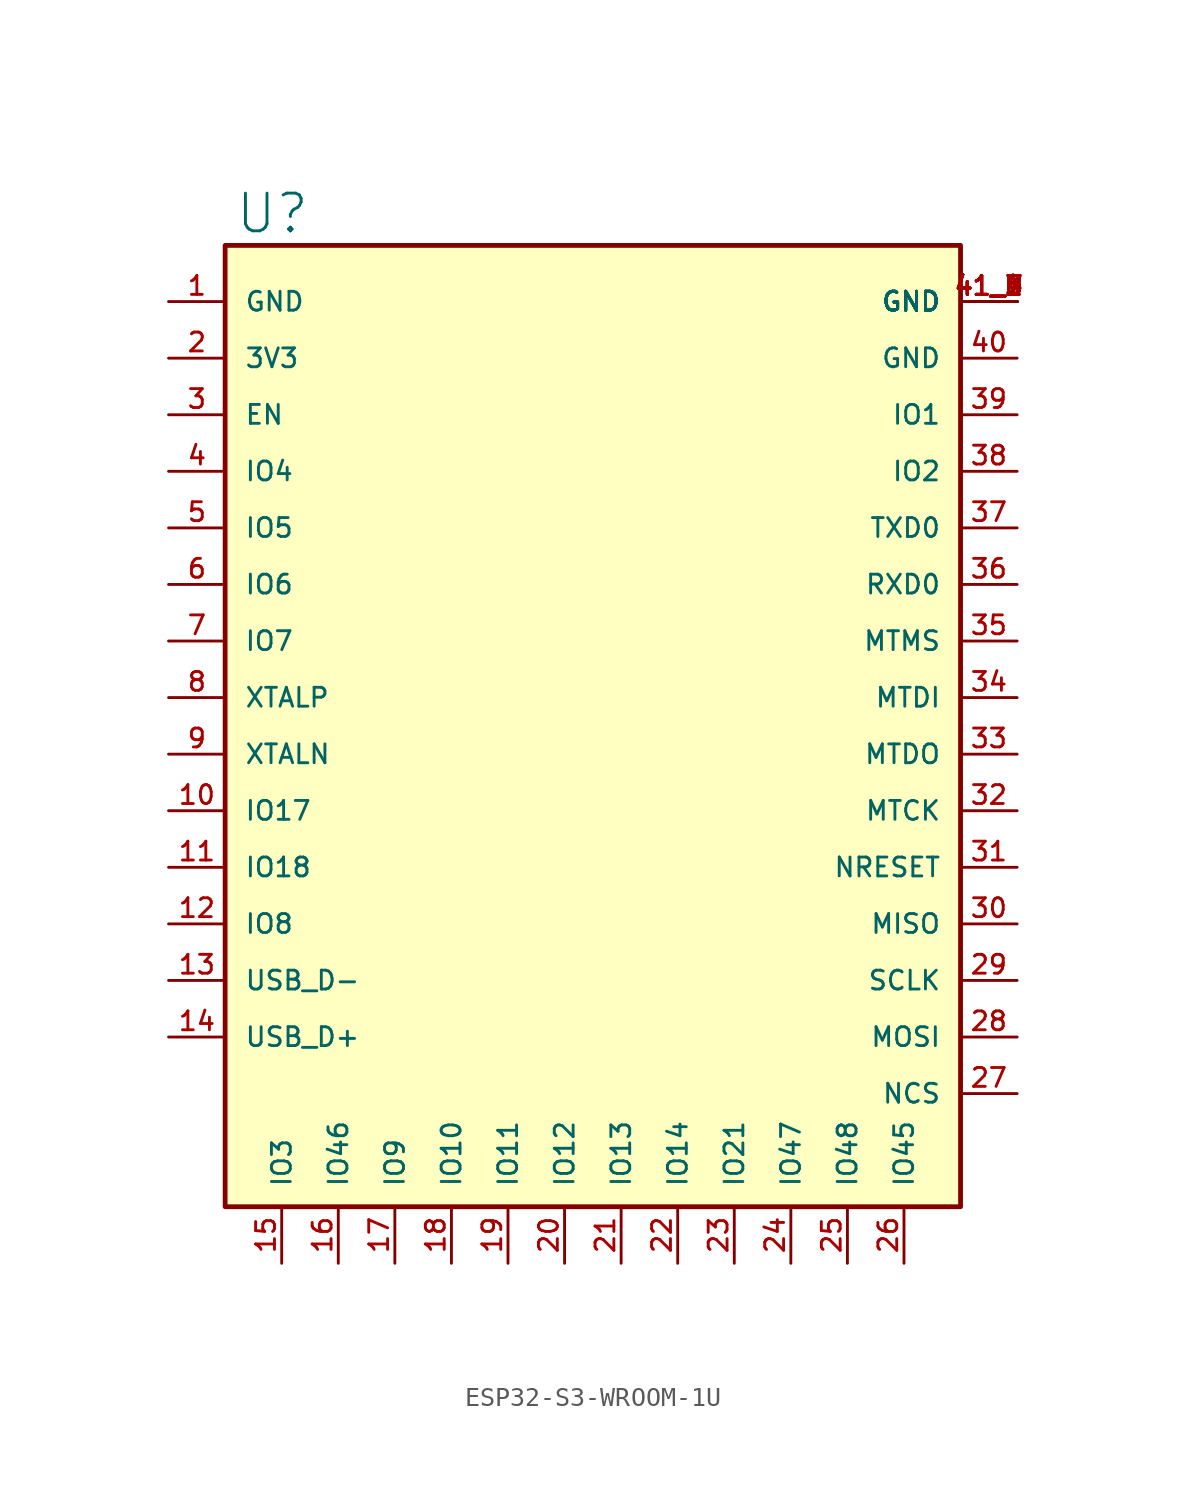
<source format=kicad_sym>
(kicad_symbol_lib
  (version 20220914)
  (generator kicad_symbol_editor)
  (symbol "ESP32-S3-WROOM-1U"
    (pin_names
      (offset 1))
    (property "Reference" "U"
      (at -19 31 0)
      (effects (font (size 2 2)) (justify left bottom)))
    (symbol "ESP32-S3-WROOM-1U_0_0"
      (rectangle (start -19.5 30.48) (end 19.5 -20.5) (stroke (width 0.254) (type default)) (fill (type background))))
    (symbol "ESP32-S3-WROOM-1U_1_0"
      (pin power_in line (at -22.5 27.5 0) (length 3) (name "GND" (effects (font (size 1 1)))) (number "1" (effects (font (size 1 1)))))
      (pin bidirectional line (at -22.5 0.5 0) (length 3) (name "IO17" (effects (font (size 1 1)))) (number "10" (effects (font (size 1 1)))))
      (pin bidirectional line (at -22.5 -2.5 0) (length 3) (name "IO18" (effects (font (size 1 1)))) (number "11" (effects (font (size 1 1)))))
      (pin bidirectional line (at -22.5 -5.5 0) (length 3) (name "IO8" (effects (font (size 1 1)))) (number "12" (effects (font (size 1 1)))))
      (pin bidirectional line (at -22.5 -8.5 0) (length 3) (name "USB_D-" (effects (font (size 1 1)))) (number "13" (effects (font (size 1 1)))))
      (pin bidirectional line (at -22.5 -11.5 0) (length 3) (name "USB_D+" (effects (font (size 1 1)))) (number "14" (effects (font (size 1 1)))))
      (pin bidirectional line (at -16.5 -23.5 90) (length 3) (name "IO3" (effects (font (size 1 1)))) (number "15" (effects (font (size 1 1)))))
      (pin bidirectional line (at -13.5 -23.5 90) (length 3) (name "IO46" (effects (font (size 1 1)))) (number "16" (effects (font (size 1 1)))))
      (pin bidirectional line (at -10.5 -23.5 90) (length 3) (name "IO9" (effects (font (size 1 1)))) (number "17" (effects (font (size 1 1)))))
      (pin bidirectional line (at -7.5 -23.5 90) (length 3) (name "IO10" (effects (font (size 1 1)))) (number "18" (effects (font (size 1 1)))))
      (pin bidirectional line (at -4.5 -23.5 90) (length 3) (name "IO11" (effects (font (size 1 1)))) (number "19" (effects (font (size 1 1)))))
      (pin power_in line (at -22.5 24.5 0) (length 3) (name "3V3" (effects (font (size 1 1)))) (number "2" (effects (font (size 1 1)))))
      (pin bidirectional line (at -1.5 -23.5 90) (length 3) (name "IO12" (effects (font (size 1 1)))) (number "20" (effects (font (size 1 1)))))
      (pin bidirectional line (at 1.5 -23.5 90) (length 3) (name "IO13" (effects (font (size 1 1)))) (number "21" (effects (font (size 1 1)))))
      (pin bidirectional line (at 4.5 -23.5 90) (length 3) (name "IO14" (effects (font (size 1 1)))) (number "22" (effects (font (size 1 1)))))
      (pin bidirectional line (at 7.5 -23.5 90) (length 3) (name "IO21" (effects (font (size 1 1)))) (number "23" (effects (font (size 1 1)))))
      (pin bidirectional line (at 10.5 -23.5 90) (length 3) (name "IO47" (effects (font (size 1 1)))) (number "24" (effects (font (size 1 1)))))
      (pin bidirectional line (at 13.5 -23.5 90) (length 3) (name "IO48" (effects (font (size 1 1)))) (number "25" (effects (font (size 1 1)))))
      (pin bidirectional line (at 16.5 -23.5 90) (length 3) (name "IO45" (effects (font (size 1 1)))) (number "26" (effects (font (size 1 1)))))
      (pin bidirectional line (at 22.5 -14.5 180) (length 3) (name "NCS" (effects (font (size 1 1)))) (number "27" (effects (font (size 1 1)))))
      (pin bidirectional line (at 22.5 -11.5 180) (length 3) (name "MOSI" (effects (font (size 1 1)))) (number "28" (effects (font (size 1 1)))))
      (pin bidirectional line (at 22.5 -8.5 180) (length 3) (name "SCLK" (effects (font (size 1 1)))) (number "29" (effects (font (size 1 1)))))
      (pin input line (at -22.5 21.5 0) (length 3) (name "EN" (effects (font (size 1 1)))) (number "3" (effects (font (size 1 1)))))
      (pin bidirectional line (at 22.5 -5.5 180) (length 3) (name "MISO" (effects (font (size 1 1)))) (number "30" (effects (font (size 1 1)))))
      (pin bidirectional line (at 22.5 -2.5 180) (length 3) (name "NRESET" (effects (font (size 1 1)))) (number "31" (effects (font (size 1 1)))))
      (pin bidirectional line (at 22.5 0.5 180) (length 3) (name "MTCK" (effects (font (size 1 1)))) (number "32" (effects (font (size 1 1)))))
      (pin bidirectional line (at 22.5 3.5 180) (length 3) (name "MTDO" (effects (font (size 1 1)))) (number "33" (effects (font (size 1 1)))))
      (pin bidirectional line (at 22.5 6.5 180) (length 3) (name "MTDI" (effects (font (size 1 1)))) (number "34" (effects (font (size 1 1)))))
      (pin bidirectional line (at 22.5 9.5 180) (length 3) (name "MTMS" (effects (font (size 1 1)))) (number "35" (effects (font (size 1 1)))))
      (pin bidirectional line (at 22.5 12.5 180) (length 3) (name "RXD0" (effects (font (size 1 1)))) (number "36" (effects (font (size 1 1)))))
      (pin bidirectional line (at 22.5 15.5 180) (length 3) (name "TXD0" (effects (font (size 1 1)))) (number "37" (effects (font (size 1 1)))))
      (pin bidirectional line (at 22.5 18.5 180) (length 3) (name "IO2" (effects (font (size 1 1)))) (number "38" (effects (font (size 1 1)))))
      (pin bidirectional line (at 22.5 21.5 180) (length 3) (name "IO1" (effects (font (size 1 1)))) (number "39" (effects (font (size 1 1)))))
      (pin bidirectional line (at -22.5 18.5 0) (length 3) (name "IO4" (effects (font (size 1 1)))) (number "4" (effects (font (size 1 1)))))
      (pin power_in line (at 22.5 24.5 180) (length 3) (name "GND" (effects (font (size 1 1)))) (number "40" (effects (font (size 1 1)))))
      (pin power_in line (at 22.5 27.5 180) (length 3) (name "GND" (effects (font (size 1 1)))) (number "41_1" (effects (font (size 1 1)))))
      (pin power_in line (at 22.5 27.5 180) (length 3) (name "GND" (effects (font (size 1 1)))) (number "41_2" (effects (font (size 1 1)))))
      (pin power_in line (at 22.5 27.5 180) (length 3) (name "GND" (effects (font (size 1 1)))) (number "41_3" (effects (font (size 1 1)))))
      (pin power_in line (at 22.5 27.5 180) (length 3) (name "GND" (effects (font (size 1 1)))) (number "41_4" (effects (font (size 1 1)))))
      (pin power_in line (at 22.5 27.5 180) (length 3) (name "GND" (effects (font (size 1 1)))) (number "41_5" (effects (font (size 1 1)))))
      (pin power_in line (at 22.5 27.5 180) (length 3) (name "GND" (effects (font (size 1 1)))) (number "41_6" (effects (font (size 1 1)))))
      (pin power_in line (at 22.5 27.5 180) (length 3) (name "GND" (effects (font (size 1 1)))) (number "41_7" (effects (font (size 1 1)))))
      (pin power_in line (at 22.5 27.5 180) (length 3) (name "GND" (effects (font (size 1 1)))) (number "41_8" (effects (font (size 1 1)))))
      (pin power_in line (at 22.5 27.5 180) (length 3) (name "GND" (effects (font (size 1 1)))) (number "41_9" (effects (font (size 1 1)))))
      (pin bidirectional line (at -22.5 15.5 0) (length 3) (name "IO5" (effects (font (size 1 1)))) (number "5" (effects (font (size 1 1)))))
      (pin bidirectional line (at -22.5 12.5 0) (length 3) (name "IO6" (effects (font (size 1 1)))) (number "6" (effects (font (size 1 1)))))
      (pin bidirectional line (at -22.5 9.5 0) (length 3) (name "IO7" (effects (font (size 1 1)))) (number "7" (effects (font (size 1 1)))))
      (pin bidirectional line (at -22.5 6.5 0) (length 3) (name "XTALP" (effects (font (size 1 1)))) (number "8" (effects (font (size 1 1)))))
      (pin bidirectional line (at -22.5 3.5 0) (length 3) (name "XTALN" (effects (font (size 1 1)))) (number "9" (effects (font (size 1 1))))))))
</source>
